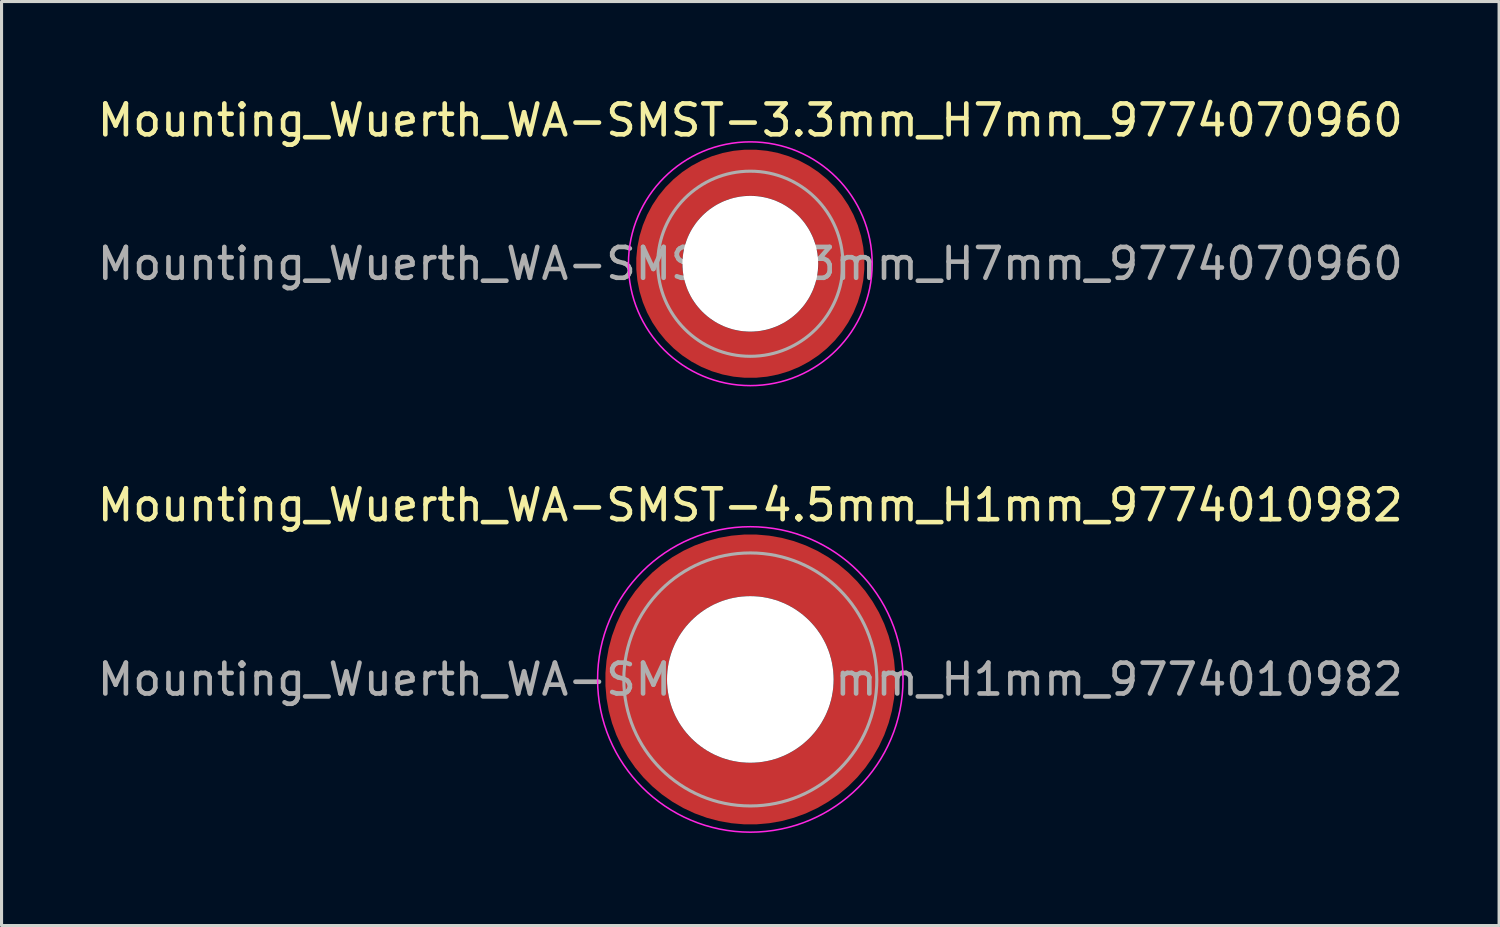
<source format=kicad_pcb>
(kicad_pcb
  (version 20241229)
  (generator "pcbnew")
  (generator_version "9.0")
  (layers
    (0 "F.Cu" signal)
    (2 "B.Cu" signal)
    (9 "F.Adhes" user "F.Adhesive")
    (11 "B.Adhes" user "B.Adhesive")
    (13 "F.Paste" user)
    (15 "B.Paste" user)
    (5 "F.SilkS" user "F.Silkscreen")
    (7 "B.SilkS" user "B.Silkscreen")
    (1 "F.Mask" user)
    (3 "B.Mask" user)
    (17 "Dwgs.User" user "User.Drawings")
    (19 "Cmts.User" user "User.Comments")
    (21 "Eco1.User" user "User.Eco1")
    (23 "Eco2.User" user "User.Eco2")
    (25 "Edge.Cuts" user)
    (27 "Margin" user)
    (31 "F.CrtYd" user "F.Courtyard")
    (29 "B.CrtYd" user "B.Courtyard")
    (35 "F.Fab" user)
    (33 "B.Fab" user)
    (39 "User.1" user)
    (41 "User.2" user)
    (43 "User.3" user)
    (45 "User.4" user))
  (footprint "Mounting_Wuerth_WA-SMST-4.5mm_H1mm_9774010982"
    (layer "F.Cu")
    (at 21.268 18.971)
    (property "Reference" "Mounting_Wuerth_WA-SMST-4.5mm_H1mm_9774010982" (at 0 -5.65 0) (layer "F.SilkS") (effects (font (size 1 1) (thickness 0.15))))
    (property "Mouser Part no." "" (at 0 0 0) (layer "F.Fab") (effects (font (size 1.27 1.27) (thickness 0.15))))
    (property "Mouser link" "" (at 0 0 0) (layer "F.Fab") (effects (font (size 1.27 1.27) (thickness 0.15))))
    (attr smd)
    (fp_circle (center 0 0) (end 4.95 0) (stroke (width 0.05) (type solid)) (fill no) (layer "F.CrtYd"))
    (fp_circle (center 0 0) (end 4.1 0) (stroke (width 0.1) (type solid)) (fill no) (layer "F.Fab"))
    (fp_text user "${REFERENCE}" (at 0 0 0) (layer "F.Fab") (effects (font (size 1 1) (thickness 0.15))))
    (pad "" smd custom (at -2.607 -2.607) (size 1.495 1.495) (layers "F.Paste") (options (anchor circle)) (primitives (gr_arc (start -0.188183 2.107456) (mid 0.598928 0.599619) (end 2.106494 -0.188011) (width 0.2)) (gr_arc (start -0.289416 2.107456) (mid 0.528508 0.529033) (end 2.106724 -0.28929) (width 0.2)) (gr_arc (start -0.390547 2.107456) (mid 0.457087 0.459449) (end 2.104161 -0.389996) (width 0.2)) (gr_arc (start -0.491585 2.107456) (mid 0.386415 0.389116) (end 2.103685 -0.490974) (width 0.2)) (gr_arc (start -0.59254 2.107456) (mid 0.31649 0.318035) (end 2.105297 -0.592202) (width 0.2)) (gr_arc (start -0.693419 2.107456) (mid 0.245252 0.248268) (end 2.103239 -0.692777) (width 0.2)) (gr_arc (start -0.794229 2.107456) (mid 0.174636 0.177878) (end 2.102921 -0.793559) (width 0.2)) (gr_arc (start -0.894975 2.107456) (mid 0.104643 0.106866) (end 2.104343 -0.894529) (width 0.2)) (gr_arc (start -0.995664 2.107456) (mid 0.033026 0.037479) (end 2.101219 -0.994793) (width 0.2)) (gr_arc (start -1.0963 2.107456) (mid -0.035789 -0.034714) (end 2.105949 -1.096096) (width 0.2)) (gr_arc (start -1.196886 2.107456) (mid -0.106351 -0.105157) (end 2.105783 -1.196666) (width 0.2)) (gr_arc (start -1.297427 2.107456) (mid -0.176416 -0.176097) (end 2.107009 -1.29737) (width 0.2)) (gr_arc (start -1.397927 2.107456) (mid -0.248476 -0.245042) (end 2.102638 -1.397323) (width 0.2)) (gr_arc (start -1.498388 2.107456) (mid -0.317612 -0.316913) (end 2.106475 -1.498268) (width 0.2)) (gr_arc (start -1.598813 2.107456) (mid -0.388865 -0.386665) (end 2.104366 -1.598444) (width 0.2)) (gr_arc (start -1.699204 2.107456) (mid -0.459747 -0.456787) (end 2.103299 -1.698719) (width 0.2)) (gr_arc (start -1.799565 2.107456) (mid -0.530257 -0.527283) (end 2.103277 -1.799089) (width 0.2)) (gr_arc (start -1.899896 2.107456) (mid -0.600396 -0.59815) (end 2.104299 -1.899545) (width 0.2)) (gr_arc (start -1.899896 2.107456) (mid -0.600396 -0.59815) (end 2.104299 -1.899545) (width 0.2)) (gr_line (start 2.107 -0.188) (end 2.107 -1.9) (width 0.2)) (gr_line (start -0.188 2.107) (end -1.9 2.107) (width 0.2))))
    (pad "" smd custom (at -2.607 2.607) (size 1.495 1.495) (layers "F.Paste") (options (anchor circle)) (primitives (gr_arc (start 2.107456 0.188183) (mid 0.599619 -0.598928) (end -0.188011 -2.106494) (width 0.2)) (gr_arc (start 2.107456 0.289416) (mid 0.529033 -0.528508) (end -0.28929 -2.106724) (width 0.2)) (gr_arc (start 2.107456 0.390547) (mid 0.459449 -0.457087) (end -0.389996 -2.104161) (width 0.2)) (gr_arc (start 2.107456 0.491585) (mid 0.389116 -0.386415) (end -0.490974 -2.103685) (width 0.2)) (gr_arc (start 2.107456 0.59254) (mid 0.318035 -0.31649) (end -0.592202 -2.105297) (width 0.2)) (gr_arc (start 2.107456 0.693419) (mid 0.248268 -0.245252) (end -0.692777 -2.103239) (width 0.2)) (gr_arc (start 2.107456 0.794229) (mid 0.177878 -0.174636) (end -0.793559 -2.102921) (width 0.2)) (gr_arc (start 2.107456 0.894975) (mid 0.106866 -0.104643) (end -0.894529 -2.104343) (width 0.2)) (gr_arc (start 2.107456 0.995664) (mid 0.037479 -0.033026) (end -0.994793 -2.101219) (width 0.2)) (gr_arc (start 2.107456 1.0963) (mid -0.034714 0.035789) (end -1.096096 -2.105949) (width 0.2)) (gr_arc (start 2.107456 1.196886) (mid -0.105157 0.106351) (end -1.196666 -2.105783) (width 0.2)) (gr_arc (start 2.107456 1.297427) (mid -0.176097 0.176416) (end -1.29737 -2.107009) (width 0.2)) (gr_arc (start 2.107456 1.397927) (mid -0.245042 0.248476) (end -1.397323 -2.102638) (width 0.2)) (gr_arc (start 2.107456 1.498388) (mid -0.316913 0.317612) (end -1.498268 -2.106475) (width 0.2)) (gr_arc (start 2.107456 1.598813) (mid -0.386665 0.388865) (end -1.598444 -2.104366) (width 0.2)) (gr_arc (start 2.107456 1.699204) (mid -0.456787 0.459747) (end -1.698719 -2.103299) (width 0.2)) (gr_arc (start 2.107456 1.799565) (mid -0.527283 0.530257) (end -1.799089 -2.103277) (width 0.2)) (gr_arc (start 2.107456 1.899896) (mid -0.59815 0.600396) (end -1.899545 -2.104299) (width 0.2)) (gr_arc (start 2.107456 1.899896) (mid -0.59815 0.600396) (end -1.899545 -2.104299) (width 0.2)) (gr_line (start -0.188 -2.107) (end -1.9 -2.107) (width 0.2)) (gr_line (start 2.107 0.188) (end 2.107 1.9) (width 0.2))))
    (pad "" np_thru_hole circle (at 0 0) (size 5.4 5.4) (drill 5.4) (layers "*.Cu" "*.Mask"))
    (pad "" smd custom (at 2.607 -2.607) (size 1.495 1.495) (layers "F.Paste") (options (anchor circle)) (primitives (gr_arc (start -2.107456 -0.188183) (mid -0.599619 0.598928) (end 0.188011 2.106494) (width 0.2)) (gr_arc (start -2.107456 -0.289416) (mid -0.529033 0.528508) (end 0.28929 2.106724) (width 0.2)) (gr_arc (start -2.107456 -0.390547) (mid -0.459449 0.457087) (end 0.389996 2.104161) (width 0.2)) (gr_arc (start -2.107456 -0.491585) (mid -0.389116 0.386415) (end 0.490974 2.103685) (width 0.2)) (gr_arc (start -2.107456 -0.59254) (mid -0.318035 0.31649) (end 0.592202 2.105297) (width 0.2)) (gr_arc (start -2.107456 -0.693419) (mid -0.248268 0.245252) (end 0.692777 2.103239) (width 0.2)) (gr_arc (start -2.107456 -0.794229) (mid -0.177878 0.174636) (end 0.793559 2.102921) (width 0.2)) (gr_arc (start -2.107456 -0.894975) (mid -0.106866 0.104643) (end 0.894529 2.104343) (width 0.2)) (gr_arc (start -2.107456 -0.995664) (mid -0.037479 0.033026) (end 0.994793 2.101219) (width 0.2)) (gr_arc (start -2.107456 -1.0963) (mid 0.034714 -0.035789) (end 1.096096 2.105949) (width 0.2)) (gr_arc (start -2.107456 -1.196886) (mid 0.105157 -0.106351) (end 1.196666 2.105783) (width 0.2)) (gr_arc (start -2.107456 -1.297427) (mid 0.176097 -0.176416) (end 1.29737 2.107009) (width 0.2)) (gr_arc (start -2.107456 -1.397927) (mid 0.245042 -0.248476) (end 1.397323 2.102638) (width 0.2)) (gr_arc (start -2.107456 -1.498388) (mid 0.316913 -0.317612) (end 1.498268 2.106475) (width 0.2)) (gr_arc (start -2.107456 -1.598813) (mid 0.386665 -0.388865) (end 1.598444 2.104366) (width 0.2)) (gr_arc (start -2.107456 -1.699204) (mid 0.456787 -0.459747) (end 1.698719 2.103299) (width 0.2)) (gr_arc (start -2.107456 -1.799565) (mid 0.527283 -0.530257) (end 1.799089 2.103277) (width 0.2)) (gr_arc (start -2.107456 -1.899896) (mid 0.59815 -0.600396) (end 1.899545 2.104299) (width 0.2)) (gr_arc (start -2.107456 -1.899896) (mid 0.59815 -0.600396) (end 1.899545 2.104299) (width 0.2)) (gr_line (start 0.188 2.107) (end 1.9 2.107) (width 0.2)) (gr_line (start -2.107 -0.188) (end -2.107 -1.9) (width 0.2))))
    (pad "" smd custom (at 2.607 2.607) (size 1.495 1.495) (layers "F.Paste") (options (anchor circle)) (primitives (gr_arc (start 0.188183 -2.107456) (mid -0.598928 -0.599619) (end -2.106494 0.188011) (width 0.2)) (gr_arc (start 0.289416 -2.107456) (mid -0.528508 -0.529033) (end -2.106724 0.28929) (width 0.2)) (gr_arc (start 0.390547 -2.107456) (mid -0.457087 -0.459449) (end -2.104161 0.389996) (width 0.2)) (gr_arc (start 0.491585 -2.107456) (mid -0.386415 -0.389116) (end -2.103685 0.490974) (width 0.2)) (gr_arc (start 0.59254 -2.107456) (mid -0.31649 -0.318035) (end -2.105297 0.592202) (width 0.2)) (gr_arc (start 0.693419 -2.107456) (mid -0.245252 -0.248268) (end -2.103239 0.692777) (width 0.2)) (gr_arc (start 0.794229 -2.107456) (mid -0.174636 -0.177878) (end -2.102921 0.793559) (width 0.2)) (gr_arc (start 0.894975 -2.107456) (mid -0.104643 -0.106866) (end -2.104343 0.894529) (width 0.2)) (gr_arc (start 0.995664 -2.107456) (mid -0.033026 -0.037479) (end -2.101219 0.994793) (width 0.2)) (gr_arc (start 1.0963 -2.107456) (mid 0.035789 0.034714) (end -2.105949 1.096096) (width 0.2)) (gr_arc (start 1.196886 -2.107456) (mid 0.106351 0.105157) (end -2.105783 1.196666) (width 0.2)) (gr_arc (start 1.297427 -2.107456) (mid 0.176416 0.176097) (end -2.107009 1.29737) (width 0.2)) (gr_arc (start 1.397927 -2.107456) (mid 0.248476 0.245042) (end -2.102638 1.397323) (width 0.2)) (gr_arc (start 1.498388 -2.107456) (mid 0.317612 0.316913) (end -2.106475 1.498268) (width 0.2)) (gr_arc (start 1.598813 -2.107456) (mid 0.388865 0.386665) (end -2.104366 1.598444) (width 0.2)) (gr_arc (start 1.699204 -2.107456) (mid 0.459747 0.456787) (end -2.103299 1.698719) (width 0.2)) (gr_arc (start 1.799565 -2.107456) (mid 0.530257 0.527283) (end -2.103277 1.799089) (width 0.2)) (gr_arc (start 1.899896 -2.107456) (mid 0.600396 0.59815) (end -2.104299 1.899545) (width 0.2)) (gr_arc (start 1.899896 -2.107456) (mid 0.600396 0.59815) (end -2.104299 1.899545) (width 0.2)) (gr_line (start -2.107 0.188) (end -2.107 1.9) (width 0.2)) (gr_line (start 0.188 -2.107) (end 1.9 -2.107) (width 0.2))))
    (pad "1" smd circle (at -3.7 0) (size 1.6 1.6) (layers "F.Cu"))
    (pad "1" smd circle (at 0 -3.7) (size 1.6 1.6) (layers "F.Cu"))
    (pad "1" smd circle (at 0 3.7) (size 1.6 1.6) (layers "F.Cu"))
    (pad "1" smd custom (at 3.7 0) (size 1.6 1.6) (layers "F.Cu" "F.Mask") (options (anchor circle)) (primitives (gr_circle (center -3.7 0) (end 0 0) (width 2) (fill no)))))
  (footprint "Mounting_Wuerth_WA-SMST-3.3mm_H7mm_9774070960"
    (layer "F.Cu")
    (at 21.268 5.498)
    (property "Reference" "Mounting_Wuerth_WA-SMST-3.3mm_H7mm_9774070960" (at 0 -4.65 0) (layer "F.SilkS") (effects (font (size 1 1) (thickness 0.15))))
    (property "Mouser Part no." "" (at 0 0 0) (layer "F.Fab") (effects (font (size 1.27 1.27) (thickness 0.15))))
    (property "Mouser link" "" (at 0 0 0) (layer "F.Fab") (effects (font (size 1.27 1.27) (thickness 0.15))))
    (attr smd)
    (fp_circle (center 0 0) (end 3.95 0) (stroke (width 0.05) (type solid)) (fill no) (layer "F.CrtYd"))
    (fp_circle (center 0 0) (end 3 0) (stroke (width 0.1) (type solid)) (fill no) (layer "F.Fab"))
    (fp_text user "${REFERENCE}" (at 0 0 0) (layer "F.Fab") (effects (font (size 1 1) (thickness 0.15))))
    (pad "" smd custom (at -2.058 -2.058) (size 0.7 0.7) (layers "F.Paste") (options (anchor circle)) (primitives (gr_arc (start -0.377294 1.707681) (mid 0.317579 0.318817) (end 1.705947 -0.377044) (width 0.2)) (gr_arc (start -0.478281 1.707681) (mid 0.246161 0.248814) (end 1.703965 -0.477765) (width 0.2)) (gr_arc (start -0.579192 1.707681) (mid 0.175492 0.178063) (end 1.704077 -0.578711) (width 0.2)) (gr_arc (start -0.680037 1.707681) (mid 0.105568 0.106564) (end 1.706284 -0.679858) (width 0.2)) (gr_arc (start -0.780822 1.707681) (mid 0.034627 0.036085) (end 1.705634 -0.780569) (width 0.2)) (gr_arc (start -0.881554 1.707681) (mid -0.035694 -0.035016) (end 1.706729 -0.881441) (width 0.2)) (gr_arc (start -0.982237 1.707681) (mid -0.107281 -0.10485) (end 1.704266 -0.981842) (width 0.2)) (gr_arc (start -1.082877 1.707681) (mid -0.178372 -0.175181) (end 1.703197 -1.082374) (width 0.2)) (gr_arc (start -1.183476 1.707681) (mid -0.248964 -0.246008) (end 1.703525 -1.183025) (width 0.2)) (gr_arc (start -1.28404 1.707681) (mid -0.319062 -0.317333) (end 1.70525 -1.283784) (width 0.2)) (gr_line (start 1.708 -0.377) (end 1.708 -1.284) (width 0.2)) (gr_line (start -0.377 1.708) (end -1.284 1.708) (width 0.2))))
    (pad "" smd custom (at -2.058 2.058) (size 0.7 0.7) (layers "F.Paste") (options (anchor circle)) (primitives (gr_arc (start 1.707681 0.377294) (mid 0.318817 -0.317579) (end -0.377044 -1.705947) (width 0.2)) (gr_arc (start 1.707681 0.478281) (mid 0.248814 -0.246161) (end -0.477765 -1.703965) (width 0.2)) (gr_arc (start 1.707681 0.579192) (mid 0.178063 -0.175492) (end -0.578711 -1.704077) (width 0.2)) (gr_arc (start 1.707681 0.680037) (mid 0.106564 -0.105568) (end -0.679858 -1.706284) (width 0.2)) (gr_arc (start 1.707681 0.780822) (mid 0.036085 -0.034627) (end -0.780569 -1.705634) (width 0.2)) (gr_arc (start 1.707681 0.881554) (mid -0.035016 0.035694) (end -0.881441 -1.706729) (width 0.2)) (gr_arc (start 1.707681 0.982237) (mid -0.10485 0.107281) (end -0.981842 -1.704266) (width 0.2)) (gr_arc (start 1.707681 1.082877) (mid -0.175181 0.178372) (end -1.082374 -1.703197) (width 0.2)) (gr_arc (start 1.707681 1.183476) (mid -0.246008 0.248964) (end -1.183025 -1.703525) (width 0.2)) (gr_arc (start 1.707681 1.28404) (mid -0.317333 0.319062) (end -1.283784 -1.70525) (width 0.2)) (gr_line (start -0.377 -1.708) (end -1.284 -1.708) (width 0.2)) (gr_line (start 1.708 0.377) (end 1.708 1.284) (width 0.2))))
    (pad "" np_thru_hole circle (at 0 0) (size 4.4 4.4) (drill 4.4) (layers "*.Cu" "*.Mask"))
    (pad "" smd custom (at 2.058 -2.058) (size 0.7 0.7) (layers "F.Paste") (options (anchor circle)) (primitives (gr_arc (start -1.707681 -0.377294) (mid -0.318817 0.317579) (end 0.377044 1.705947) (width 0.2)) (gr_arc (start -1.707681 -0.478281) (mid -0.248814 0.246161) (end 0.477765 1.703965) (width 0.2)) (gr_arc (start -1.707681 -0.579192) (mid -0.178063 0.175492) (end 0.578711 1.704077) (width 0.2)) (gr_arc (start -1.707681 -0.680037) (mid -0.106564 0.105568) (end 0.679858 1.706284) (width 0.2)) (gr_arc (start -1.707681 -0.780822) (mid -0.036085 0.034627) (end 0.780569 1.705634) (width 0.2)) (gr_arc (start -1.707681 -0.881554) (mid 0.035016 -0.035694) (end 0.881441 1.706729) (width 0.2)) (gr_arc (start -1.707681 -0.982237) (mid 0.10485 -0.107281) (end 0.981842 1.704266) (width 0.2)) (gr_arc (start -1.707681 -1.082877) (mid 0.175181 -0.178372) (end 1.082374 1.703197) (width 0.2)) (gr_arc (start -1.707681 -1.183476) (mid 0.246008 -0.248964) (end 1.183025 1.703525) (width 0.2)) (gr_arc (start -1.707681 -1.28404) (mid 0.317333 -0.319062) (end 1.283784 1.70525) (width 0.2)) (gr_line (start 0.377 1.708) (end 1.284 1.708) (width 0.2)) (gr_line (start -1.708 -0.377) (end -1.708 -1.284) (width 0.2))))
    (pad "" smd custom (at 2.058 2.058) (size 0.7 0.7) (layers "F.Paste") (options (anchor circle)) (primitives (gr_arc (start 0.377294 -1.707681) (mid -0.317579 -0.318817) (end -1.705947 0.377044) (width 0.2)) (gr_arc (start 0.478281 -1.707681) (mid -0.246161 -0.248814) (end -1.703965 0.477765) (width 0.2)) (gr_arc (start 0.579192 -1.707681) (mid -0.175492 -0.178063) (end -1.704077 0.578711) (width 0.2)) (gr_arc (start 0.680037 -1.707681) (mid -0.105568 -0.106564) (end -1.706284 0.679858) (width 0.2)) (gr_arc (start 0.780822 -1.707681) (mid -0.034627 -0.036085) (end -1.705634 0.780569) (width 0.2)) (gr_arc (start 0.881554 -1.707681) (mid 0.035694 0.035016) (end -1.706729 0.881441) (width 0.2)) (gr_arc (start 0.982237 -1.707681) (mid 0.107281 0.10485) (end -1.704266 0.981842) (width 0.2)) (gr_arc (start 1.082877 -1.707681) (mid 0.178372 0.175181) (end -1.703197 1.082374) (width 0.2)) (gr_arc (start 1.183476 -1.707681) (mid 0.248964 0.246008) (end -1.703525 1.183025) (width 0.2)) (gr_arc (start 1.28404 -1.707681) (mid 0.319062 0.317333) (end -1.70525 1.283784) (width 0.2)) (gr_line (start -1.708 0.377) (end -1.708 1.284) (width 0.2)) (gr_line (start 0.377 -1.708) (end 1.284 -1.708) (width 0.2))))
    (pad "1" smd circle (at -2.95 0) (size 1.1 1.1) (layers "F.Cu"))
    (pad "1" smd circle (at 0 -2.95) (size 1.1 1.1) (layers "F.Cu"))
    (pad "1" smd circle (at 0 2.95) (size 1.1 1.1) (layers "F.Cu"))
    (pad "1" smd custom (at 2.95 0) (size 1.1 1.1) (layers "F.Cu" "F.Mask") (options (anchor circle)) (primitives (gr_circle (center -2.95 0) (end 0 0) (width 1.5) (fill no)))))
  (gr_rect
    (start -3 -3)
    (end 45.536 26.947)
    (stroke (width 0.1) (type default))
    (fill no)
    (layer "Edge.Cuts")))
</source>
